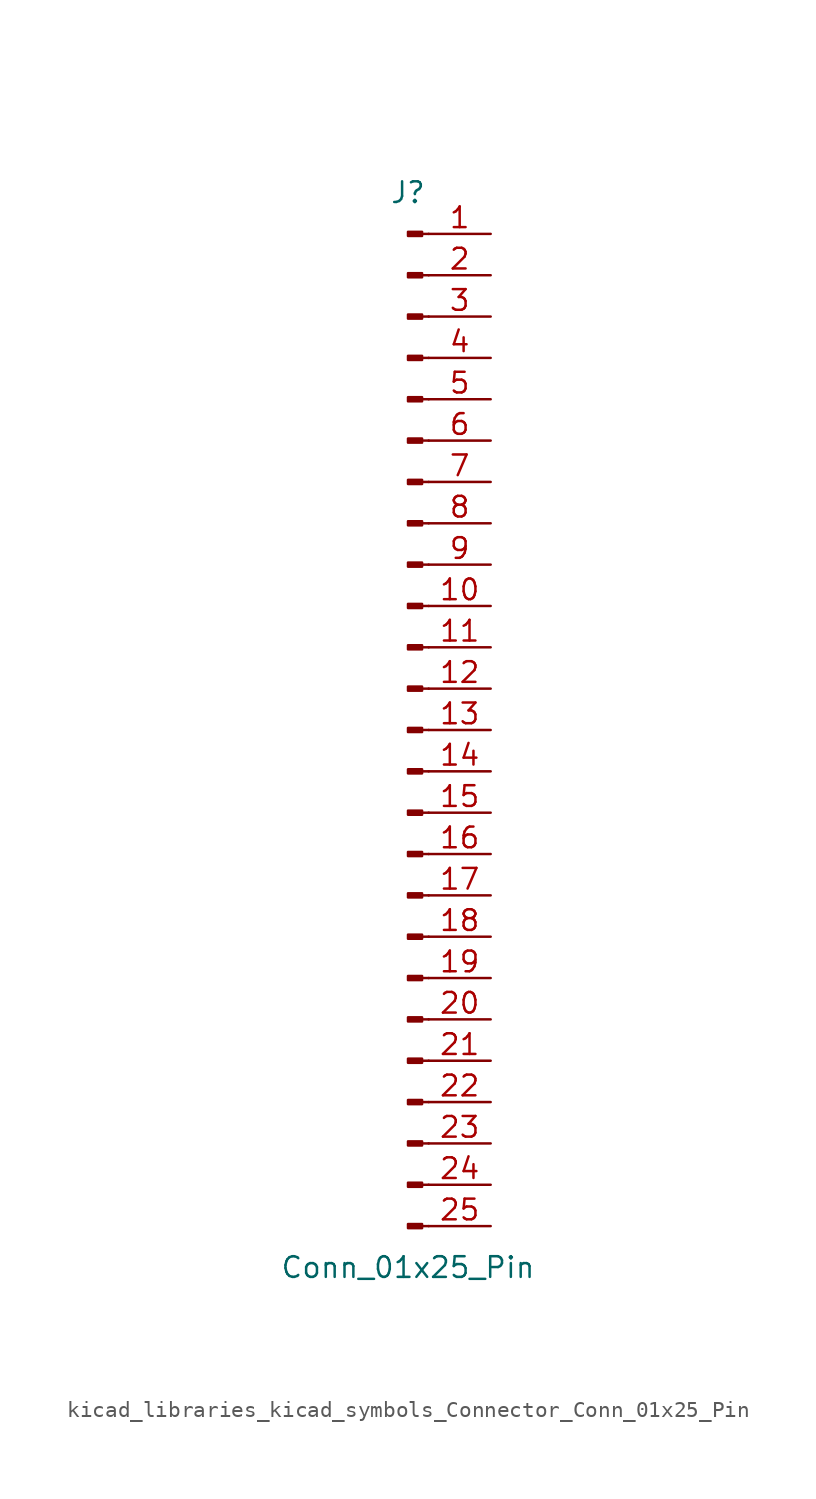
<source format=kicad_sym>
(kicad_symbol_lib
  (version 20220914)
  (generator kicad_symbol_editor)
  (symbol "kicad_libraries_kicad_symbols_Connector_Conn_01x25_Pin"
    (pin_names
      (offset 1.016) hide)
    (property "Reference" "J"
      (at 0 33.02 0)
      (effects (font (size 1.27 1.27))))
    (property "Value" "Conn_01x25_Pin"
      (at 0 -33.02 0)
      (effects (font (size 1.27 1.27))))
    (property "ki_locked" ""
      (at 0 0 0)
      (effects (font (size 1.27 1.27))))
    (symbol "kicad_libraries_kicad_symbols_Connector_Conn_01x25_Pin_1_1"
      (polyline (pts (xy 1.27 -30.48) (xy 0.864 -30.48)) (stroke (width 0.152) (type default)) (fill (type none)))
      (polyline (pts (xy 1.27 -27.94) (xy 0.864 -27.94)) (stroke (width 0.152) (type default)) (fill (type none)))
      (polyline (pts (xy 1.27 -25.4) (xy 0.864 -25.4)) (stroke (width 0.152) (type default)) (fill (type none)))
      (polyline (pts (xy 1.27 -22.86) (xy 0.864 -22.86)) (stroke (width 0.152) (type default)) (fill (type none)))
      (polyline (pts (xy 1.27 -20.32) (xy 0.864 -20.32)) (stroke (width 0.152) (type default)) (fill (type none)))
      (polyline (pts (xy 1.27 -17.78) (xy 0.864 -17.78)) (stroke (width 0.152) (type default)) (fill (type none)))
      (polyline (pts (xy 1.27 -15.24) (xy 0.864 -15.24)) (stroke (width 0.152) (type default)) (fill (type none)))
      (polyline (pts (xy 1.27 -12.7) (xy 0.864 -12.7)) (stroke (width 0.152) (type default)) (fill (type none)))
      (polyline (pts (xy 1.27 -10.16) (xy 0.864 -10.16)) (stroke (width 0.152) (type default)) (fill (type none)))
      (polyline (pts (xy 1.27 -7.62) (xy 0.864 -7.62)) (stroke (width 0.152) (type default)) (fill (type none)))
      (polyline (pts (xy 1.27 -5.08) (xy 0.864 -5.08)) (stroke (width 0.152) (type default)) (fill (type none)))
      (polyline (pts (xy 1.27 -2.54) (xy 0.864 -2.54)) (stroke (width 0.152) (type default)) (fill (type none)))
      (polyline (pts (xy 1.27 0) (xy 0.864 0)) (stroke (width 0.152) (type default)) (fill (type none)))
      (polyline (pts (xy 1.27 2.54) (xy 0.864 2.54)) (stroke (width 0.152) (type default)) (fill (type none)))
      (polyline (pts (xy 1.27 5.08) (xy 0.864 5.08)) (stroke (width 0.152) (type default)) (fill (type none)))
      (polyline (pts (xy 1.27 7.62) (xy 0.864 7.62)) (stroke (width 0.152) (type default)) (fill (type none)))
      (polyline (pts (xy 1.27 10.16) (xy 0.864 10.16)) (stroke (width 0.152) (type default)) (fill (type none)))
      (polyline (pts (xy 1.27 12.7) (xy 0.864 12.7)) (stroke (width 0.152) (type default)) (fill (type none)))
      (polyline (pts (xy 1.27 15.24) (xy 0.864 15.24)) (stroke (width 0.152) (type default)) (fill (type none)))
      (polyline (pts (xy 1.27 17.78) (xy 0.864 17.78)) (stroke (width 0.152) (type default)) (fill (type none)))
      (polyline (pts (xy 1.27 20.32) (xy 0.864 20.32)) (stroke (width 0.152) (type default)) (fill (type none)))
      (polyline (pts (xy 1.27 22.86) (xy 0.864 22.86)) (stroke (width 0.152) (type default)) (fill (type none)))
      (polyline (pts (xy 1.27 25.4) (xy 0.864 25.4)) (stroke (width 0.152) (type default)) (fill (type none)))
      (polyline (pts (xy 1.27 27.94) (xy 0.864 27.94)) (stroke (width 0.152) (type default)) (fill (type none)))
      (polyline (pts (xy 1.27 30.48) (xy 0.864 30.48)) (stroke (width 0.152) (type default)) (fill (type none)))
      (rectangle (start 0.864 -30.353) (end 0 -30.607) (stroke (width 0.152) (type default)) (fill (type outline)))
      (rectangle (start 0.864 -27.813) (end 0 -28.067) (stroke (width 0.152) (type default)) (fill (type outline)))
      (rectangle (start 0.864 -25.273) (end 0 -25.527) (stroke (width 0.152) (type default)) (fill (type outline)))
      (rectangle (start 0.864 -22.733) (end 0 -22.987) (stroke (width 0.152) (type default)) (fill (type outline)))
      (rectangle (start 0.864 -20.193) (end 0 -20.447) (stroke (width 0.152) (type default)) (fill (type outline)))
      (rectangle (start 0.864 -17.653) (end 0 -17.907) (stroke (width 0.152) (type default)) (fill (type outline)))
      (rectangle (start 0.864 -15.113) (end 0 -15.367) (stroke (width 0.152) (type default)) (fill (type outline)))
      (rectangle (start 0.864 -12.573) (end 0 -12.827) (stroke (width 0.152) (type default)) (fill (type outline)))
      (rectangle (start 0.864 -10.033) (end 0 -10.287) (stroke (width 0.152) (type default)) (fill (type outline)))
      (rectangle (start 0.864 -7.493) (end 0 -7.747) (stroke (width 0.152) (type default)) (fill (type outline)))
      (rectangle (start 0.864 -4.953) (end 0 -5.207) (stroke (width 0.152) (type default)) (fill (type outline)))
      (rectangle (start 0.864 -2.413) (end 0 -2.667) (stroke (width 0.152) (type default)) (fill (type outline)))
      (rectangle (start 0.864 0.127) (end 0 -0.127) (stroke (width 0.152) (type default)) (fill (type outline)))
      (rectangle (start 0.864 2.667) (end 0 2.413) (stroke (width 0.152) (type default)) (fill (type outline)))
      (rectangle (start 0.864 5.207) (end 0 4.953) (stroke (width 0.152) (type default)) (fill (type outline)))
      (rectangle (start 0.864 7.747) (end 0 7.493) (stroke (width 0.152) (type default)) (fill (type outline)))
      (rectangle (start 0.864 10.287) (end 0 10.033) (stroke (width 0.152) (type default)) (fill (type outline)))
      (rectangle (start 0.864 12.827) (end 0 12.573) (stroke (width 0.152) (type default)) (fill (type outline)))
      (rectangle (start 0.864 15.367) (end 0 15.113) (stroke (width 0.152) (type default)) (fill (type outline)))
      (rectangle (start 0.864 17.907) (end 0 17.653) (stroke (width 0.152) (type default)) (fill (type outline)))
      (rectangle (start 0.864 20.447) (end 0 20.193) (stroke (width 0.152) (type default)) (fill (type outline)))
      (rectangle (start 0.864 22.987) (end 0 22.733) (stroke (width 0.152) (type default)) (fill (type outline)))
      (rectangle (start 0.864 25.527) (end 0 25.273) (stroke (width 0.152) (type default)) (fill (type outline)))
      (rectangle (start 0.864 28.067) (end 0 27.813) (stroke (width 0.152) (type default)) (fill (type outline)))
      (rectangle (start 0.864 30.607) (end 0 30.353) (stroke (width 0.152) (type default)) (fill (type outline)))
      (pin passive line (at 5.08 30.48 180) (length 3.81) (name "Pin_1" (effects (font (size 1.27 1.27)))) (number "1" (effects (font (size 1.27 1.27)))))
      (pin passive line (at 5.08 7.62 180) (length 3.81) (name "Pin_10" (effects (font (size 1.27 1.27)))) (number "10" (effects (font (size 1.27 1.27)))))
      (pin passive line (at 5.08 5.08 180) (length 3.81) (name "Pin_11" (effects (font (size 1.27 1.27)))) (number "11" (effects (font (size 1.27 1.27)))))
      (pin passive line (at 5.08 2.54 180) (length 3.81) (name "Pin_12" (effects (font (size 1.27 1.27)))) (number "12" (effects (font (size 1.27 1.27)))))
      (pin passive line (at 5.08 0 180) (length 3.81) (name "Pin_13" (effects (font (size 1.27 1.27)))) (number "13" (effects (font (size 1.27 1.27)))))
      (pin passive line (at 5.08 -2.54 180) (length 3.81) (name "Pin_14" (effects (font (size 1.27 1.27)))) (number "14" (effects (font (size 1.27 1.27)))))
      (pin passive line (at 5.08 -5.08 180) (length 3.81) (name "Pin_15" (effects (font (size 1.27 1.27)))) (number "15" (effects (font (size 1.27 1.27)))))
      (pin passive line (at 5.08 -7.62 180) (length 3.81) (name "Pin_16" (effects (font (size 1.27 1.27)))) (number "16" (effects (font (size 1.27 1.27)))))
      (pin passive line (at 5.08 -10.16 180) (length 3.81) (name "Pin_17" (effects (font (size 1.27 1.27)))) (number "17" (effects (font (size 1.27 1.27)))))
      (pin passive line (at 5.08 -12.7 180) (length 3.81) (name "Pin_18" (effects (font (size 1.27 1.27)))) (number "18" (effects (font (size 1.27 1.27)))))
      (pin passive line (at 5.08 -15.24 180) (length 3.81) (name "Pin_19" (effects (font (size 1.27 1.27)))) (number "19" (effects (font (size 1.27 1.27)))))
      (pin passive line (at 5.08 27.94 180) (length 3.81) (name "Pin_2" (effects (font (size 1.27 1.27)))) (number "2" (effects (font (size 1.27 1.27)))))
      (pin passive line (at 5.08 -17.78 180) (length 3.81) (name "Pin_20" (effects (font (size 1.27 1.27)))) (number "20" (effects (font (size 1.27 1.27)))))
      (pin passive line (at 5.08 -20.32 180) (length 3.81) (name "Pin_21" (effects (font (size 1.27 1.27)))) (number "21" (effects (font (size 1.27 1.27)))))
      (pin passive line (at 5.08 -22.86 180) (length 3.81) (name "Pin_22" (effects (font (size 1.27 1.27)))) (number "22" (effects (font (size 1.27 1.27)))))
      (pin passive line (at 5.08 -25.4 180) (length 3.81) (name "Pin_23" (effects (font (size 1.27 1.27)))) (number "23" (effects (font (size 1.27 1.27)))))
      (pin passive line (at 5.08 -27.94 180) (length 3.81) (name "Pin_24" (effects (font (size 1.27 1.27)))) (number "24" (effects (font (size 1.27 1.27)))))
      (pin passive line (at 5.08 -30.48 180) (length 3.81) (name "Pin_25" (effects (font (size 1.27 1.27)))) (number "25" (effects (font (size 1.27 1.27)))))
      (pin passive line (at 5.08 25.4 180) (length 3.81) (name "Pin_3" (effects (font (size 1.27 1.27)))) (number "3" (effects (font (size 1.27 1.27)))))
      (pin passive line (at 5.08 22.86 180) (length 3.81) (name "Pin_4" (effects (font (size 1.27 1.27)))) (number "4" (effects (font (size 1.27 1.27)))))
      (pin passive line (at 5.08 20.32 180) (length 3.81) (name "Pin_5" (effects (font (size 1.27 1.27)))) (number "5" (effects (font (size 1.27 1.27)))))
      (pin passive line (at 5.08 17.78 180) (length 3.81) (name "Pin_6" (effects (font (size 1.27 1.27)))) (number "6" (effects (font (size 1.27 1.27)))))
      (pin passive line (at 5.08 15.24 180) (length 3.81) (name "Pin_7" (effects (font (size 1.27 1.27)))) (number "7" (effects (font (size 1.27 1.27)))))
      (pin passive line (at 5.08 12.7 180) (length 3.81) (name "Pin_8" (effects (font (size 1.27 1.27)))) (number "8" (effects (font (size 1.27 1.27)))))
      (pin passive line (at 5.08 10.16 180) (length 3.81) (name "Pin_9" (effects (font (size 1.27 1.27)))) (number "9" (effects (font (size 1.27 1.27))))))))
</source>
